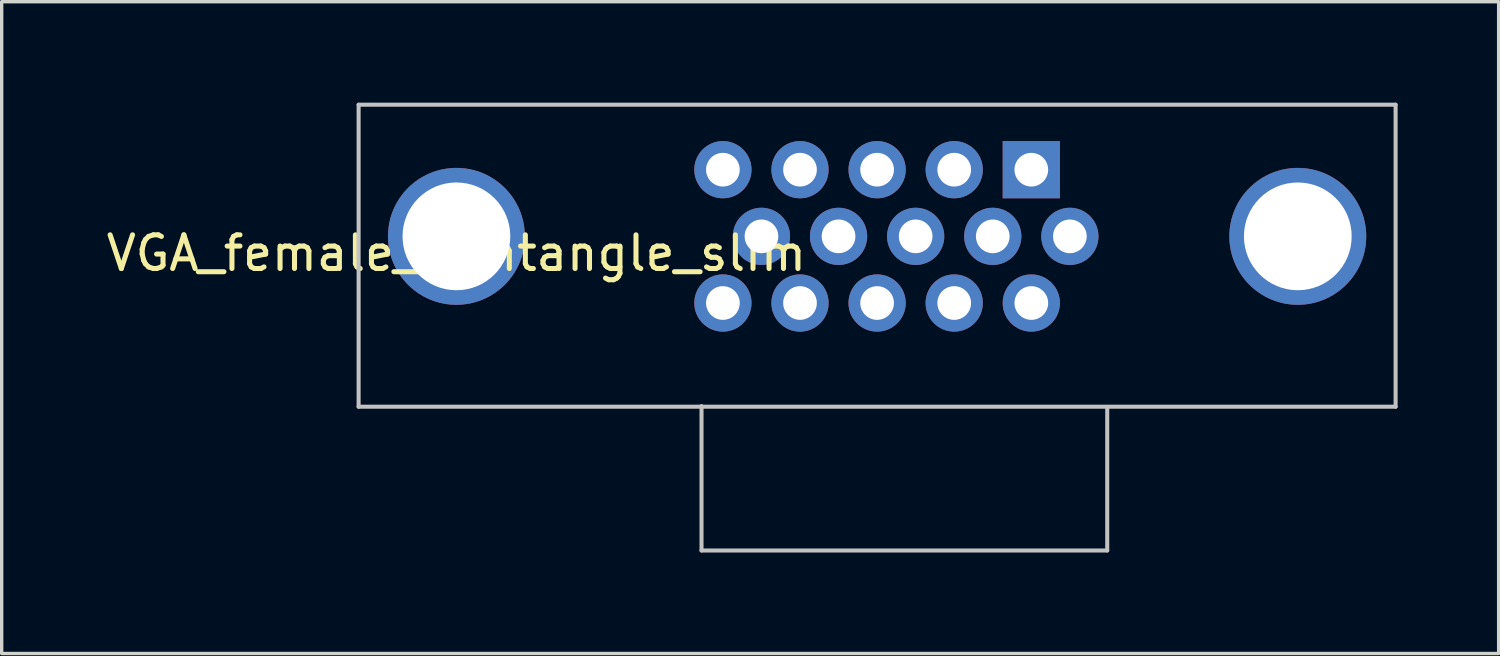
<source format=kicad_pcb>
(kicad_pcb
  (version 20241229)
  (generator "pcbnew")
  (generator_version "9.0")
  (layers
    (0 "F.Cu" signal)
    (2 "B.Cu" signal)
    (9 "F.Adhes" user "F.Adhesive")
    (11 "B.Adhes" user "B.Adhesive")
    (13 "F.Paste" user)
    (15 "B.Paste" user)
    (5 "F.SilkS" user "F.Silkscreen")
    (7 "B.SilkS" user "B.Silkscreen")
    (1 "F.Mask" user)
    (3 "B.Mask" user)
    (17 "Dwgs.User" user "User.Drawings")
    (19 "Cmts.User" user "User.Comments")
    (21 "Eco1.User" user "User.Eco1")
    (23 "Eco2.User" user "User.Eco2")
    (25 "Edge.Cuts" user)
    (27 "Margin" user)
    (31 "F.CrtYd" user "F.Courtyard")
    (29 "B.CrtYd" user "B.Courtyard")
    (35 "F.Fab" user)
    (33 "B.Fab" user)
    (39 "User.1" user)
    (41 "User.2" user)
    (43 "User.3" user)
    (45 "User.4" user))
  (footprint "VGA_female_rightangle_slim"
    (layer "F.Cu")
    (at 10.506 3.97)
    (property "Reference" "VGA_female_rightangle_slim" (at 0 0.5 0) (layer "F.SilkS") (effects (font (size 1 1) (thickness 0.15))))
    (attr through_hole)
    (fp_line (start -2.905 -3.91) (end -2.905 5.06) (stroke (width 0.12) (type solid)) (layer "Dwgs.User"))
    (fp_line (start -2.905 -3.91) (end 27.895 -3.91) (stroke (width 0.12) (type solid)) (layer "Dwgs.User"))
    (fp_line (start -2.905 5.06) (end 27.895 5.06) (stroke (width 0.12) (type solid)) (layer "Dwgs.User"))
    (fp_line (start 7.28 9.33) (end 7.28 5.04) (stroke (width 0.12) (type solid)) (layer "Dwgs.User"))
    (fp_line (start 19.33 5.08) (end 19.33 9.33) (stroke (width 0.12) (type solid)) (layer "Dwgs.User"))
    (fp_line (start 19.33 9.33) (end 7.28 9.33) (stroke (width 0.12) (type solid)) (layer "Dwgs.User"))
    (fp_line (start 27.895 -3.91) (end 27.895 5.06) (stroke (width 0.12) (type solid)) (layer "Dwgs.User"))
    (pad "1" thru_hole rect (at 17.075 -1.98 180) (size 1.7 1.7) (drill 1) (layers "*.Cu" "*.Mask"))
    (pad "2" thru_hole circle (at 14.785 -1.98 180) (size 1.7 1.7) (drill 1) (layers "*.Cu" "*.Mask"))
    (pad "3" thru_hole circle (at 12.495 -1.98 180) (size 1.7 1.7) (drill 1) (layers "*.Cu" "*.Mask"))
    (pad "4" thru_hole circle (at 10.205 -1.98 180) (size 1.7 1.7) (drill 1) (layers "*.Cu" "*.Mask"))
    (pad "5" thru_hole circle (at 7.915 -1.98 180) (size 1.7 1.7) (drill 1) (layers "*.Cu" "*.Mask"))
    (pad "6" thru_hole circle (at 18.22 0 180) (size 1.7 1.7) (drill 1) (layers "*.Cu" "*.Mask"))
    (pad "7" thru_hole circle (at 15.93 0 180) (size 1.7 1.7) (drill 1) (layers "*.Cu" "*.Mask"))
    (pad "8" thru_hole circle (at 13.64 0 180) (size 1.7 1.7) (drill 1) (layers "*.Cu" "*.Mask"))
    (pad "9" thru_hole circle (at 11.35 0 180) (size 1.7 1.7) (drill 1) (layers "*.Cu" "*.Mask"))
    (pad "10" thru_hole circle (at 9.06 0 180) (size 1.7 1.7) (drill 1) (layers "*.Cu" "*.Mask"))
    (pad "11" thru_hole circle (at 17.075 1.98 180) (size 1.7 1.7) (drill 1) (layers "*.Cu" "*.Mask"))
    (pad "12" thru_hole circle (at 14.785 1.98 180) (size 1.7 1.7) (drill 1) (layers "*.Cu" "*.Mask"))
    (pad "13" thru_hole circle (at 12.495 1.98 180) (size 1.7 1.7) (drill 1) (layers "*.Cu" "*.Mask"))
    (pad "14" thru_hole circle (at 10.205 1.98 180) (size 1.7 1.7) (drill 1) (layers "*.Cu" "*.Mask"))
    (pad "15" thru_hole circle (at 7.915 1.98 180) (size 1.7 1.7) (drill 1) (layers "*.Cu" "*.Mask"))
    (pad "S1" thru_hole circle (at 0 0) (size 4.066 4.066) (drill 3.2) (layers "*.Cu" "*.Mask"))
    (pad "S2" thru_hole circle (at 24.99 0) (size 4.066 4.066) (drill 3.2) (layers "*.Cu" "*.Mask")))
  (gr_rect
    (start -3 -3)
    (end 41.461 16.36)
    (stroke (width 0.1) (type default))
    (fill no)
    (layer "Edge.Cuts")))
</source>
